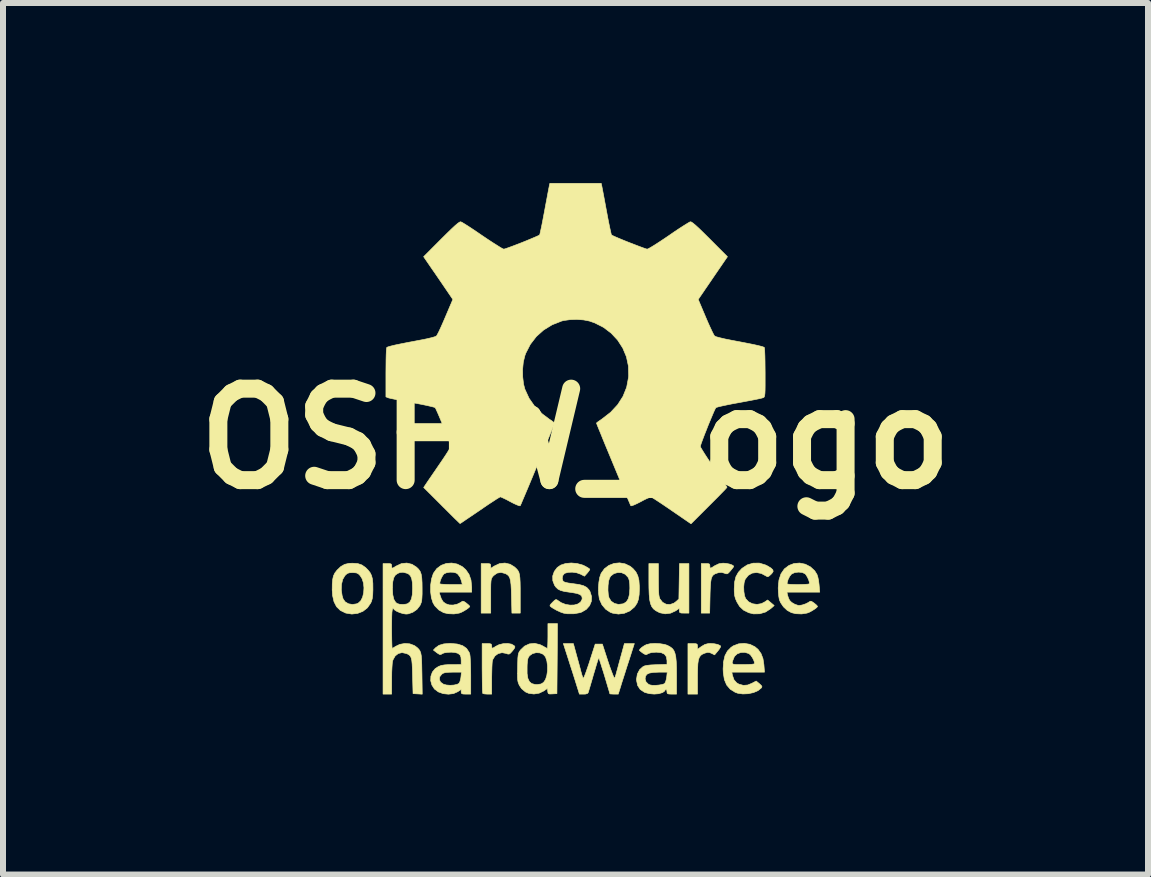
<source format=kicad_pcb>
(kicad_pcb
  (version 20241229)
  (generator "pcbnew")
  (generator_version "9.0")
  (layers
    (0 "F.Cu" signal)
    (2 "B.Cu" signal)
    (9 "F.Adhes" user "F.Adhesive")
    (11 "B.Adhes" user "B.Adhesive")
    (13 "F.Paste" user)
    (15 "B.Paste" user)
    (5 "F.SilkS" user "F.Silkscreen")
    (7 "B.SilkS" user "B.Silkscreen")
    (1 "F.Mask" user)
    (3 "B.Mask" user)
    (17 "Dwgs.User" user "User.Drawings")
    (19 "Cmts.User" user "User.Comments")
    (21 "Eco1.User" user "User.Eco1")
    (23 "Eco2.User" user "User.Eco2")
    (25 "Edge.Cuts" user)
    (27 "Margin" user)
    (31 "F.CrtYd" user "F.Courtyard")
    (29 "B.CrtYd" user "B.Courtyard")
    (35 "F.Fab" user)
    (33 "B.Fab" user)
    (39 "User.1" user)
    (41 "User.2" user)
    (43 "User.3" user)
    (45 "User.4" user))
  (footprint "OSHW_logo"
    (layer "F.Cu")
    (at 6.539 4.26)
    (property "Reference" "OSHW_logo" (at 0 0 0) (layer "F.SilkS") (effects (font (size 1.524 1.524) (thickness 0.3))))
    (attr through_hole)
    (fp_poly (pts (xy 2.314 3.416) (xy 2.371 3.428) (xy 2.41 3.447) (xy 2.418 3.456) (xy 2.413 3.475) (xy 2.393 3.508) (xy 2.372 3.535) (xy 2.317 3.601) (xy 2.267 3.576) (xy 2.23 3.561) (xy 2.197 3.56) (xy 2.152 3.573) (xy 2.113 3.59) (xy 2.084 3.611) (xy 2.062 3.643) (xy 2.047 3.687) (xy 2.038 3.75) (xy 2.034 3.835) (xy 2.032 3.946) (xy 2.032 3.981) (xy 2.032 4.255) (xy 1.873 4.255) (xy 1.873 3.413) (xy 1.953 3.413) (xy 2 3.414) (xy 2.023 3.421) (xy 2.031 3.437) (xy 2.032 3.46) (xy 2.032 3.508) (xy 2.1 3.46) (xy 2.156 3.427) (xy 2.211 3.413) (xy 2.247 3.411) (xy 2.314 3.416)) (stroke (width 0.01) (type solid)) (fill yes) (layer "F.SilkS"))
    (fp_poly (pts (xy 1.381 2.35) (xy 1.382 2.458) (xy 1.384 2.539) (xy 1.388 2.598) (xy 1.395 2.638) (xy 1.404 2.665) (xy 1.405 2.667) (xy 1.45 2.725) (xy 1.509 2.757) (xy 1.574 2.762) (xy 1.64 2.739) (xy 1.671 2.716) (xy 1.722 2.67) (xy 1.727 2.375) (xy 1.732 2.08) (xy 1.889 2.08) (xy 1.889 2.905) (xy 1.81 2.905) (xy 1.763 2.904) (xy 1.739 2.897) (xy 1.731 2.881) (xy 1.73 2.865) (xy 1.73 2.825) (xy 1.666 2.868) (xy 1.583 2.906) (xy 1.493 2.917) (xy 1.407 2.9) (xy 1.389 2.892) (xy 1.338 2.865) (xy 1.299 2.835) (xy 1.27 2.797) (xy 1.249 2.747) (xy 1.235 2.682) (xy 1.227 2.596) (xy 1.223 2.486) (xy 1.222 2.382) (xy 1.222 2.08) (xy 1.381 2.08) (xy 1.381 2.35)) (stroke (width 0.01) (type solid)) (fill yes) (layer "F.SilkS"))
    (fp_poly (pts (xy 2.51 2.077) (xy 2.562 2.087) (xy 2.606 2.102) (xy 2.632 2.119) (xy 2.635 2.127) (xy 2.626 2.144) (xy 2.601 2.176) (xy 2.582 2.199) (xy 2.55 2.235) (xy 2.528 2.25) (xy 2.504 2.249) (xy 2.478 2.239) (xy 2.434 2.227) (xy 2.388 2.23) (xy 2.364 2.237) (xy 2.326 2.25) (xy 2.297 2.268) (xy 2.276 2.294) (xy 2.261 2.333) (xy 2.252 2.389) (xy 2.246 2.467) (xy 2.242 2.569) (xy 2.241 2.622) (xy 2.235 2.905) (xy 2.095 2.905) (xy 2.095 2.08) (xy 2.167 2.08) (xy 2.211 2.081) (xy 2.232 2.089) (xy 2.238 2.109) (xy 2.238 2.119) (xy 2.24 2.146) (xy 2.248 2.156) (xy 2.269 2.148) (xy 2.309 2.123) (xy 2.319 2.116) (xy 2.391 2.082) (xy 2.458 2.073) (xy 2.51 2.077)) (stroke (width 0.01) (type solid)) (fill yes) (layer "F.SilkS"))
    (fp_poly (pts (xy -1.067 3.422) (xy -1.022 3.448) (xy -1.01 3.465) (xy -1.014 3.484) (xy -1.035 3.515) (xy -1.051 3.535) (xy -1.083 3.571) (xy -1.105 3.587) (xy -1.128 3.587) (xy -1.154 3.577) (xy -1.224 3.564) (xy -1.288 3.579) (xy -1.342 3.618) (xy -1.378 3.677) (xy -1.387 3.711) (xy -1.39 3.748) (xy -1.393 3.809) (xy -1.395 3.887) (xy -1.397 3.975) (xy -1.397 4.012) (xy -1.397 4.255) (xy -1.466 4.255) (xy -1.51 4.252) (xy -1.54 4.247) (xy -1.545 4.244) (xy -1.548 4.226) (xy -1.551 4.18) (xy -1.553 4.112) (xy -1.554 4.024) (xy -1.555 3.922) (xy -1.556 3.823) (xy -1.556 3.413) (xy -1.476 3.413) (xy -1.429 3.414) (xy -1.406 3.421) (xy -1.398 3.437) (xy -1.397 3.453) (xy -1.394 3.482) (xy -1.383 3.49) (xy -1.355 3.476) (xy -1.334 3.461) (xy -1.274 3.431) (xy -1.203 3.414) (xy -1.13 3.411) (xy -1.067 3.422)) (stroke (width 0.01) (type solid)) (fill yes) (layer "F.SilkS"))
    (fp_poly (pts (xy -1.09 2.091) (xy -1.016 2.137) (xy -0.986 2.165) (xy -0.962 2.192) (xy -0.945 2.223) (xy -0.934 2.264) (xy -0.927 2.318) (xy -0.923 2.391) (xy -0.921 2.487) (xy -0.921 2.587) (xy -0.921 2.905) (xy -1.06 2.905) (xy -1.067 2.631) (xy -1.07 2.517) (xy -1.075 2.43) (xy -1.083 2.366) (xy -1.095 2.32) (xy -1.112 2.288) (xy -1.136 2.265) (xy -1.167 2.247) (xy -1.171 2.246) (xy -1.241 2.227) (xy -1.308 2.239) (xy -1.366 2.281) (xy -1.372 2.288) (xy -1.387 2.306) (xy -1.397 2.324) (xy -1.405 2.347) (xy -1.409 2.38) (xy -1.412 2.428) (xy -1.413 2.497) (xy -1.413 2.591) (xy -1.413 2.621) (xy -1.413 2.905) (xy -1.572 2.905) (xy -1.572 2.08) (xy -1.492 2.08) (xy -1.445 2.081) (xy -1.422 2.087) (xy -1.414 2.103) (xy -1.413 2.12) (xy -1.413 2.159) (xy -1.353 2.121) (xy -1.265 2.08) (xy -1.176 2.071) (xy -1.09 2.091)) (stroke (width 0.01) (type solid)) (fill yes) (layer "F.SilkS"))
    (fp_poly (pts (xy 3.163 2.102) (xy 3.2 2.12) (xy 3.257 2.155) (xy 3.287 2.184) (xy 3.293 2.21) (xy 3.275 2.239) (xy 3.257 2.259) (xy 3.223 2.289) (xy 3.201 2.299) (xy 3.181 2.291) (xy 3.179 2.289) (xy 3.097 2.245) (xy 3.017 2.229) (xy 2.942 2.239) (xy 2.878 2.276) (xy 2.829 2.338) (xy 2.826 2.343) (xy 2.809 2.398) (xy 2.802 2.47) (xy 2.805 2.547) (xy 2.816 2.617) (xy 2.834 2.663) (xy 2.882 2.716) (xy 2.948 2.749) (xy 3.023 2.76) (xy 3.098 2.747) (xy 3.154 2.718) (xy 3.2 2.686) (xy 3.255 2.732) (xy 3.31 2.779) (xy 3.251 2.831) (xy 3.166 2.887) (xy 3.068 2.916) (xy 2.966 2.918) (xy 2.887 2.899) (xy 2.8 2.856) (xy 2.734 2.794) (xy 2.689 2.72) (xy 2.665 2.665) (xy 2.651 2.614) (xy 2.645 2.553) (xy 2.644 2.502) (xy 2.65 2.389) (xy 2.672 2.299) (xy 2.713 2.225) (xy 2.773 2.16) (xy 2.861 2.102) (xy 2.959 2.073) (xy 3.062 2.072) (xy 3.163 2.102)) (stroke (width 0.01) (type solid)) (fill yes) (layer "F.SilkS"))
    (fp_poly (pts (xy 0.825 2.084) (xy 0.911 2.125) (xy 0.959 2.165) (xy 1.006 2.22) (xy 1.037 2.282) (xy 1.056 2.356) (xy 1.063 2.452) (xy 1.064 2.494) (xy 1.06 2.596) (xy 1.048 2.675) (xy 1.026 2.737) (xy 0.991 2.791) (xy 0.98 2.805) (xy 0.904 2.869) (xy 0.813 2.908) (xy 0.715 2.921) (xy 0.618 2.906) (xy 0.578 2.891) (xy 0.502 2.84) (xy 0.44 2.766) (xy 0.4 2.678) (xy 0.395 2.658) (xy 0.384 2.576) (xy 0.383 2.523) (xy 0.54 2.523) (xy 0.546 2.598) (xy 0.558 2.65) (xy 0.593 2.706) (xy 0.648 2.744) (xy 0.715 2.76) (xy 0.787 2.751) (xy 0.801 2.747) (xy 0.848 2.716) (xy 0.881 2.664) (xy 0.899 2.588) (xy 0.905 2.492) (xy 0.903 2.417) (xy 0.896 2.364) (xy 0.884 2.325) (xy 0.874 2.307) (xy 0.828 2.258) (xy 0.768 2.232) (xy 0.703 2.229) (xy 0.64 2.247) (xy 0.589 2.286) (xy 0.568 2.318) (xy 0.551 2.371) (xy 0.542 2.444) (xy 0.54 2.523) (xy 0.383 2.523) (xy 0.382 2.483) (xy 0.389 2.39) (xy 0.404 2.307) (xy 0.426 2.244) (xy 0.426 2.243) (xy 0.482 2.165) (xy 0.556 2.11) (xy 0.642 2.077) (xy 0.734 2.068) (xy 0.825 2.084)) (stroke (width 0.01) (type solid)) (fill yes) (layer "F.SilkS"))
    (fp_poly (pts (xy -3.628 2.08) (xy -3.56 2.103) (xy -3.498 2.146) (xy -3.456 2.189) (xy -3.422 2.232) (xy -3.399 2.279) (xy -3.384 2.336) (xy -3.377 2.409) (xy -3.376 2.507) (xy -3.376 2.519) (xy -3.379 2.6) (xy -3.386 2.659) (xy -3.399 2.707) (xy -3.413 2.738) (xy -3.467 2.816) (xy -3.542 2.875) (xy -3.631 2.91) (xy -3.727 2.921) (xy -3.825 2.905) (xy -3.834 2.902) (xy -3.919 2.86) (xy -3.982 2.798) (xy -4.024 2.716) (xy -4.048 2.611) (xy -4.054 2.519) (xy -4.054 2.518) (xy -3.903 2.518) (xy -3.889 2.613) (xy -3.871 2.672) (xy -3.836 2.719) (xy -3.782 2.75) (xy -3.717 2.761) (xy -3.649 2.751) (xy -3.621 2.739) (xy -3.579 2.701) (xy -3.548 2.641) (xy -3.53 2.566) (xy -3.525 2.484) (xy -3.533 2.404) (xy -3.556 2.332) (xy -3.588 2.281) (xy -3.619 2.25) (xy -3.651 2.235) (xy -3.697 2.231) (xy -3.715 2.23) (xy -3.767 2.233) (xy -3.802 2.244) (xy -3.832 2.27) (xy -3.842 2.281) (xy -3.879 2.343) (xy -3.899 2.425) (xy -3.903 2.518) (xy -4.054 2.518) (xy -4.053 2.419) (xy -4.046 2.343) (xy -4.033 2.285) (xy -4.01 2.237) (xy -3.977 2.194) (xy -3.973 2.189) (xy -3.91 2.129) (xy -3.847 2.093) (xy -3.774 2.076) (xy -3.715 2.074) (xy -3.628 2.08)) (stroke (width 0.01) (type solid)) (fill yes) (layer "F.SilkS"))
    (fp_poly (pts (xy 2.905 3.425) (xy 2.989 3.466) (xy 3.042 3.511) (xy 3.091 3.58) (xy 3.123 3.664) (xy 3.139 3.769) (xy 3.139 3.772) (xy 3.148 3.889) (xy 2.604 3.889) (xy 2.614 3.941) (xy 2.64 4.016) (xy 2.686 4.068) (xy 2.723 4.089) (xy 2.797 4.109) (xy 2.869 4.103) (xy 2.939 4.074) (xy 3.01 4.037) (xy 3.063 4.081) (xy 3.095 4.111) (xy 3.106 4.13) (xy 3.098 4.149) (xy 3.094 4.153) (xy 3.04 4.197) (xy 2.965 4.229) (xy 2.877 4.248) (xy 2.787 4.252) (xy 2.703 4.24) (xy 2.659 4.224) (xy 2.578 4.173) (xy 2.518 4.103) (xy 2.48 4.013) (xy 2.462 3.9) (xy 2.459 3.834) (xy 2.466 3.728) (xy 2.61 3.728) (xy 2.614 3.748) (xy 2.635 3.758) (xy 2.677 3.762) (xy 2.745 3.762) (xy 2.793 3.762) (xy 2.874 3.761) (xy 2.936 3.758) (xy 2.974 3.752) (xy 2.985 3.747) (xy 2.974 3.702) (xy 2.949 3.65) (xy 2.917 3.604) (xy 2.888 3.579) (xy 2.822 3.559) (xy 2.755 3.561) (xy 2.695 3.583) (xy 2.651 3.623) (xy 2.639 3.647) (xy 2.62 3.695) (xy 2.61 3.728) (xy 2.466 3.728) (xy 2.467 3.712) (xy 2.49 3.614) (xy 2.531 3.537) (xy 2.59 3.477) (xy 2.63 3.45) (xy 2.717 3.417) (xy 2.811 3.409) (xy 2.905 3.425)) (stroke (width 0.01) (type solid)) (fill yes) (layer "F.SilkS"))
    (fp_poly (pts (xy -1.974 2.087) (xy -1.889 2.129) (xy -1.83 2.18) (xy -1.775 2.259) (xy -1.742 2.354) (xy -1.73 2.471) (xy -1.73 2.485) (xy -1.73 2.556) (xy -2.272 2.556) (xy -2.262 2.592) (xy -2.236 2.667) (xy -2.205 2.717) (xy -2.162 2.749) (xy -2.102 2.769) (xy -2.099 2.769) (xy -2.039 2.771) (xy -1.971 2.756) (xy -1.914 2.728) (xy -1.902 2.719) (xy -1.882 2.707) (xy -1.861 2.71) (xy -1.829 2.731) (xy -1.819 2.739) (xy -1.785 2.767) (xy -1.764 2.789) (xy -1.762 2.794) (xy -1.775 2.812) (xy -1.808 2.837) (xy -1.852 2.865) (xy -1.899 2.89) (xy -1.938 2.905) (xy -2.026 2.919) (xy -2.121 2.915) (xy -2.197 2.898) (xy -2.277 2.853) (xy -2.344 2.785) (xy -2.375 2.733) (xy -2.402 2.648) (xy -2.415 2.546) (xy -2.414 2.438) (xy -2.409 2.403) (xy -2.262 2.403) (xy -2.26 2.417) (xy -2.242 2.422) (xy -2.199 2.425) (xy -2.137 2.428) (xy -2.069 2.429) (xy -1.887 2.429) (xy -1.898 2.378) (xy -1.922 2.31) (xy -1.959 2.258) (xy -1.986 2.238) (xy -2.032 2.225) (xy -2.091 2.223) (xy -2.148 2.232) (xy -2.189 2.25) (xy -2.19 2.25) (xy -2.213 2.279) (xy -2.236 2.321) (xy -2.254 2.367) (xy -2.262 2.403) (xy -2.409 2.403) (xy -2.399 2.335) (xy -2.37 2.247) (xy -2.366 2.239) (xy -2.311 2.163) (xy -2.238 2.109) (xy -2.154 2.078) (xy -2.064 2.071) (xy -1.974 2.087)) (stroke (width 0.01) (type solid)) (fill yes) (layer "F.SilkS"))
    (fp_poly (pts (xy -0.305 3.663) (xy -0.31 4.247) (xy -0.384 4.251) (xy -0.429 4.253) (xy -0.452 4.247) (xy -0.46 4.229) (xy -0.463 4.207) (xy -0.468 4.159) (xy -0.529 4.202) (xy -0.606 4.239) (xy -0.693 4.253) (xy -0.779 4.242) (xy -0.833 4.219) (xy -0.898 4.165) (xy -0.934 4.112) (xy -0.948 4.081) (xy -0.958 4.052) (xy -0.964 4.018) (xy -0.967 3.971) (xy -0.967 3.906) (xy -0.965 3.817) (xy -0.965 3.809) (xy -0.965 3.804) (xy -0.807 3.804) (xy -0.807 3.911) (xy -0.795 3.99) (xy -0.77 4.045) (xy -0.731 4.079) (xy -0.675 4.094) (xy -0.64 4.096) (xy -0.575 4.086) (xy -0.533 4.06) (xy -0.501 4.014) (xy -0.479 3.947) (xy -0.467 3.866) (xy -0.467 3.781) (xy -0.478 3.7) (xy -0.501 3.633) (xy -0.539 3.591) (xy -0.594 3.568) (xy -0.656 3.564) (xy -0.717 3.58) (xy -0.765 3.614) (xy -0.782 3.637) (xy -0.794 3.664) (xy -0.801 3.704) (xy -0.806 3.764) (xy -0.807 3.804) (xy -0.965 3.804) (xy -0.963 3.718) (xy -0.961 3.653) (xy -0.956 3.608) (xy -0.95 3.577) (xy -0.939 3.552) (xy -0.924 3.53) (xy -0.916 3.519) (xy -0.849 3.455) (xy -0.769 3.418) (xy -0.682 3.409) (xy -0.593 3.43) (xy -0.549 3.451) (xy -0.507 3.475) (xy -0.478 3.49) (xy -0.469 3.493) (xy -0.466 3.478) (xy -0.463 3.437) (xy -0.461 3.376) (xy -0.46 3.301) (xy -0.46 3.286) (xy -0.46 3.08) (xy -0.301 3.08) (xy -0.305 3.663)) (stroke (width 0.01) (type solid)) (fill yes) (layer "F.SilkS"))
    (fp_poly (pts (xy 0.027 2.079) (xy 0.121 2.105) (xy 0.149 2.118) (xy 0.195 2.143) (xy 0.228 2.164) (xy 0.238 2.176) (xy 0.228 2.196) (xy 0.204 2.228) (xy 0.194 2.24) (xy 0.149 2.29) (xy 0.083 2.256) (xy 0.019 2.233) (xy -0.054 2.223) (xy -0.123 2.226) (xy -0.177 2.241) (xy -0.187 2.247) (xy -0.214 2.282) (xy -0.222 2.327) (xy -0.21 2.368) (xy -0.198 2.381) (xy -0.172 2.392) (xy -0.124 2.403) (xy -0.061 2.412) (xy -0.038 2.415) (xy 0.061 2.429) (xy 0.134 2.449) (xy 0.187 2.477) (xy 0.224 2.517) (xy 0.241 2.545) (xy 0.267 2.628) (xy 0.264 2.708) (xy 0.234 2.781) (xy 0.179 2.843) (xy 0.102 2.888) (xy 0.073 2.898) (xy -0.029 2.916) (xy -0.136 2.916) (xy -0.198 2.906) (xy -0.253 2.887) (xy -0.319 2.856) (xy -0.38 2.821) (xy -0.405 2.804) (xy -0.423 2.789) (xy -0.425 2.774) (xy -0.409 2.752) (xy -0.382 2.724) (xy -0.348 2.691) (xy -0.326 2.679) (xy -0.308 2.685) (xy -0.303 2.689) (xy -0.238 2.732) (xy -0.166 2.76) (xy -0.092 2.772) (xy -0.022 2.77) (xy 0.038 2.753) (xy 0.084 2.722) (xy 0.108 2.678) (xy 0.111 2.655) (xy 0.103 2.622) (xy 0.076 2.597) (xy 0.026 2.578) (xy -0.05 2.564) (xy -0.093 2.558) (xy -0.183 2.545) (xy -0.248 2.528) (xy -0.294 2.504) (xy -0.33 2.469) (xy -0.35 2.44) (xy -0.379 2.364) (xy -0.38 2.286) (xy -0.354 2.211) (xy -0.305 2.146) (xy -0.246 2.105) (xy -0.167 2.079) (xy -0.072 2.07) (xy 0.027 2.079)) (stroke (width 0.01) (type solid)) (fill yes) (layer "F.SilkS"))
    (fp_poly (pts (xy 3.828 2.09) (xy 3.913 2.134) (xy 3.984 2.199) (xy 4.023 2.261) (xy 4.037 2.304) (xy 4.05 2.366) (xy 4.058 2.433) (xy 4.058 2.435) (xy 4.069 2.556) (xy 3.522 2.556) (xy 3.533 2.607) (xy 3.548 2.655) (xy 3.567 2.693) (xy 3.602 2.728) (xy 3.654 2.758) (xy 3.707 2.776) (xy 3.727 2.778) (xy 3.776 2.77) (xy 3.833 2.751) (xy 3.881 2.727) (xy 3.892 2.719) (xy 3.912 2.707) (xy 3.933 2.71) (xy 3.966 2.732) (xy 3.976 2.739) (xy 4.01 2.767) (xy 4.03 2.789) (xy 4.032 2.794) (xy 4.019 2.812) (xy 3.986 2.837) (xy 3.942 2.865) (xy 3.896 2.89) (xy 3.856 2.905) (xy 3.767 2.919) (xy 3.67 2.915) (xy 3.596 2.897) (xy 3.527 2.859) (xy 3.464 2.8) (xy 3.416 2.729) (xy 3.396 2.681) (xy 3.387 2.631) (xy 3.38 2.562) (xy 3.377 2.49) (xy 3.377 2.482) (xy 3.383 2.417) (xy 3.524 2.417) (xy 3.539 2.422) (xy 3.578 2.426) (xy 3.633 2.428) (xy 3.697 2.429) (xy 3.763 2.428) (xy 3.822 2.426) (xy 3.868 2.423) (xy 3.893 2.418) (xy 3.895 2.417) (xy 3.896 2.391) (xy 3.884 2.35) (xy 3.863 2.305) (xy 3.839 2.266) (xy 3.825 2.25) (xy 3.777 2.228) (xy 3.715 2.222) (xy 3.651 2.23) (xy 3.6 2.254) (xy 3.598 2.255) (xy 3.568 2.292) (xy 3.541 2.346) (xy 3.526 2.4) (xy 3.524 2.417) (xy 3.383 2.417) (xy 3.389 2.355) (xy 3.423 2.251) (xy 3.479 2.169) (xy 3.556 2.111) (xy 3.639 2.079) (xy 3.734 2.071) (xy 3.828 2.09)) (stroke (width 0.01) (type solid)) (fill yes) (layer "F.SilkS"))
    (fp_poly (pts (xy -2.088 3.41) (xy -1.972 3.42) (xy -1.882 3.447) (xy -1.816 3.493) (xy -1.773 3.558) (xy -1.762 3.589) (xy -1.757 3.622) (xy -1.753 3.68) (xy -1.749 3.758) (xy -1.747 3.85) (xy -1.746 3.949) (xy -1.746 4.255) (xy -1.826 4.255) (xy -1.873 4.253) (xy -1.896 4.247) (xy -1.904 4.231) (xy -1.905 4.215) (xy -1.905 4.176) (xy -1.963 4.215) (xy -2.033 4.246) (xy -2.117 4.256) (xy -2.205 4.247) (xy -2.286 4.218) (xy -2.286 4.218) (xy -2.351 4.169) (xy -2.393 4.104) (xy -2.413 4.031) (xy -2.412 4.012) (xy -2.269 4.012) (xy -2.248 4.056) (xy -2.2 4.09) (xy -2.151 4.103) (xy -2.089 4.108) (xy -2.026 4.104) (xy -1.972 4.092) (xy -1.942 4.076) (xy -1.926 4.046) (xy -1.913 3.998) (xy -1.909 3.97) (xy -1.901 3.889) (xy -2.044 3.889) (xy -2.116 3.891) (xy -2.165 3.895) (xy -2.198 3.904) (xy -2.224 3.919) (xy -2.228 3.922) (xy -2.263 3.966) (xy -2.269 4.012) (xy -2.412 4.012) (xy -2.41 3.957) (xy -2.385 3.887) (xy -2.337 3.829) (xy -2.282 3.794) (xy -2.236 3.777) (xy -2.182 3.768) (xy -2.109 3.763) (xy -2.06 3.763) (xy -1.905 3.762) (xy -1.905 3.695) (xy -1.909 3.64) (xy -1.922 3.606) (xy -1.95 3.582) (xy -1.963 3.574) (xy -2.008 3.561) (xy -2.069 3.556) (xy -2.134 3.559) (xy -2.19 3.568) (xy -2.22 3.581) (xy -2.244 3.595) (xy -2.265 3.594) (xy -2.295 3.576) (xy -2.312 3.564) (xy -2.368 3.521) (xy -2.332 3.483) (xy -2.275 3.442) (xy -2.195 3.418) (xy -2.09 3.41) (xy -2.088 3.41)) (stroke (width 0.01) (type solid)) (fill yes) (layer "F.SilkS"))
    (fp_poly (pts (xy 0.015 3.6) (xy 0.038 3.683) (xy 0.061 3.767) (xy 0.08 3.838) (xy 0.091 3.881) (xy 0.106 3.934) (xy 0.12 3.974) (xy 0.129 3.991) (xy 0.137 3.981) (xy 0.153 3.945) (xy 0.175 3.887) (xy 0.201 3.812) (xy 0.231 3.724) (xy 0.234 3.713) (xy 0.328 3.421) (xy 0.447 3.421) (xy 0.542 3.713) (xy 0.572 3.802) (xy 0.6 3.878) (xy 0.623 3.938) (xy 0.64 3.977) (xy 0.649 3.991) (xy 0.65 3.99) (xy 0.66 3.969) (xy 0.674 3.926) (xy 0.686 3.881) (xy 0.701 3.827) (xy 0.721 3.752) (xy 0.744 3.668) (xy 0.763 3.6) (xy 0.814 3.413) (xy 0.98 3.413) (xy 0.887 3.703) (xy 0.854 3.804) (xy 0.822 3.906) (xy 0.792 3.999) (xy 0.767 4.077) (xy 0.753 4.124) (xy 0.712 4.255) (xy 0.642 4.255) (xy 0.6 4.253) (xy 0.575 4.251) (xy 0.572 4.249) (xy 0.567 4.231) (xy 0.555 4.189) (xy 0.537 4.129) (xy 0.515 4.055) (xy 0.491 3.974) (xy 0.466 3.892) (xy 0.441 3.814) (xy 0.42 3.746) (xy 0.403 3.693) (xy 0.393 3.662) (xy 0.391 3.655) (xy 0.387 3.655) (xy 0.382 3.663) (xy 0.374 3.683) (xy 0.363 3.718) (xy 0.346 3.772) (xy 0.324 3.848) (xy 0.293 3.95) (xy 0.286 3.977) (xy 0.262 4.058) (xy 0.241 4.13) (xy 0.224 4.186) (xy 0.214 4.221) (xy 0.212 4.227) (xy 0.198 4.245) (xy 0.164 4.254) (xy 0.135 4.255) (xy 0.065 4.255) (xy 0.009 4.076) (xy -0.017 3.993) (xy -0.049 3.892) (xy -0.084 3.784) (xy -0.117 3.68) (xy -0.125 3.655) (xy -0.203 3.413) (xy -0.036 3.413) (xy 0.015 3.6)) (stroke (width 0.01) (type solid)) (fill yes) (layer "F.SilkS"))
    (fp_poly (pts (xy 1.408 3.415) (xy 1.484 3.427) (xy 1.527 3.441) (xy 1.573 3.465) (xy 1.61 3.492) (xy 1.637 3.526) (xy 1.656 3.571) (xy 1.67 3.632) (xy 1.678 3.712) (xy 1.682 3.816) (xy 1.683 3.947) (xy 1.683 3.957) (xy 1.683 4.255) (xy 1.603 4.255) (xy 1.556 4.253) (xy 1.533 4.247) (xy 1.525 4.231) (xy 1.524 4.215) (xy 1.519 4.185) (xy 1.508 4.175) (xy 1.493 4.187) (xy 1.492 4.191) (xy 1.48 4.208) (xy 1.449 4.229) (xy 1.445 4.23) (xy 1.386 4.248) (xy 1.31 4.254) (xy 1.23 4.247) (xy 1.158 4.228) (xy 1.147 4.223) (xy 1.078 4.177) (xy 1.035 4.112) (xy 1.017 4.028) (xy 1.016 4.008) (xy 1.017 4.002) (xy 1.159 4.002) (xy 1.174 4.05) (xy 1.213 4.089) (xy 1.238 4.101) (xy 1.276 4.108) (xy 1.329 4.109) (xy 1.388 4.104) (xy 1.442 4.095) (xy 1.478 4.083) (xy 1.485 4.078) (xy 1.501 4.049) (xy 1.514 4.002) (xy 1.519 3.972) (xy 1.528 3.889) (xy 1.39 3.889) (xy 1.297 3.893) (xy 1.231 3.904) (xy 1.188 3.925) (xy 1.166 3.958) (xy 1.159 4.002) (xy 1.017 4.002) (xy 1.03 3.92) (xy 1.069 3.846) (xy 1.122 3.799) (xy 1.15 3.785) (xy 1.191 3.776) (xy 1.25 3.769) (xy 1.334 3.765) (xy 1.345 3.765) (xy 1.524 3.759) (xy 1.524 3.696) (xy 1.514 3.633) (xy 1.482 3.589) (xy 1.427 3.564) (xy 1.346 3.556) (xy 1.266 3.562) (xy 1.214 3.578) (xy 1.209 3.581) (xy 1.184 3.596) (xy 1.162 3.595) (xy 1.13 3.577) (xy 1.118 3.569) (xy 1.085 3.544) (xy 1.065 3.526) (xy 1.064 3.523) (xy 1.076 3.503) (xy 1.106 3.475) (xy 1.146 3.448) (xy 1.183 3.429) (xy 1.244 3.415) (xy 1.324 3.41) (xy 1.408 3.415)) (stroke (width 0.01) (type solid)) (fill yes) (layer "F.SilkS"))
    (fp_poly (pts (xy -2.724 2.092) (xy -2.65 2.139) (xy -2.615 2.173) (xy -2.589 2.21) (xy -2.572 2.256) (xy -2.562 2.318) (xy -2.557 2.4) (xy -2.556 2.497) (xy -2.556 2.586) (xy -2.559 2.65) (xy -2.563 2.696) (xy -2.571 2.73) (xy -2.584 2.761) (xy -2.592 2.779) (xy -2.642 2.843) (xy -2.711 2.891) (xy -2.788 2.918) (xy -2.824 2.921) (xy -2.872 2.914) (xy -2.928 2.897) (xy -2.979 2.875) (xy -3.015 2.852) (xy -3.023 2.843) (xy -3.036 2.828) (xy -3.046 2.829) (xy -3.053 2.85) (xy -3.059 2.893) (xy -3.062 2.961) (xy -3.063 3.056) (xy -3.064 3.159) (xy -3.063 3.258) (xy -3.062 3.345) (xy -3.06 3.416) (xy -3.058 3.466) (xy -3.055 3.491) (xy -3.054 3.493) (xy -3.036 3.484) (xy -3.005 3.464) (xy -3.001 3.461) (xy -2.928 3.426) (xy -2.845 3.411) (xy -2.762 3.417) (xy -2.689 3.444) (xy -2.671 3.455) (xy -2.637 3.481) (xy -2.612 3.506) (xy -2.593 3.533) (xy -2.579 3.569) (xy -2.57 3.616) (xy -2.565 3.68) (xy -2.562 3.765) (xy -2.56 3.876) (xy -2.559 3.915) (xy -2.554 4.256) (xy -2.63 4.251) (xy -2.707 4.247) (xy -2.715 3.951) (xy -2.718 3.84) (xy -2.722 3.756) (xy -2.728 3.695) (xy -2.738 3.652) (xy -2.752 3.623) (xy -2.771 3.603) (xy -2.798 3.587) (xy -2.821 3.578) (xy -2.89 3.563) (xy -2.953 3.578) (xy -3.005 3.619) (xy -3.041 3.683) (xy -3.049 3.709) (xy -3.054 3.747) (xy -3.058 3.809) (xy -3.062 3.887) (xy -3.063 3.975) (xy -3.063 4.012) (xy -3.064 4.255) (xy -3.207 4.255) (xy -3.207 2.498) (xy -3.05 2.498) (xy -3.045 2.599) (xy -3.028 2.674) (xy -2.998 2.724) (xy -2.973 2.745) (xy -2.93 2.758) (xy -2.874 2.761) (xy -2.82 2.755) (xy -2.793 2.746) (xy -2.757 2.715) (xy -2.733 2.666) (xy -2.719 2.595) (xy -2.715 2.496) (xy -2.715 2.492) (xy -2.718 2.398) (xy -2.73 2.329) (xy -2.751 2.283) (xy -2.784 2.252) (xy -2.812 2.24) (xy -2.874 2.224) (xy -2.926 2.229) (xy -2.967 2.246) (xy -3.005 2.275) (xy -3.03 2.319) (xy -3.045 2.384) (xy -3.05 2.473) (xy -3.05 2.498) (xy -3.207 2.498) (xy -3.207 2.08) (xy -3.135 2.08) (xy -3.091 2.081) (xy -3.07 2.089) (xy -3.064 2.109) (xy -3.064 2.119) (xy -3.062 2.147) (xy -3.054 2.156) (xy -3.031 2.148) (xy -2.989 2.121) (xy -2.988 2.121) (xy -2.9 2.08) (xy -2.811 2.071) (xy -2.724 2.092)) (stroke (width 0.01) (type solid)) (fill yes) (layer "F.SilkS"))
    (fp_poly (pts (xy 0.436 -4.219) (xy 0.441 -4.194) (xy 0.451 -4.142) (xy 0.465 -4.069) (xy 0.482 -3.978) (xy 0.501 -3.875) (xy 0.516 -3.795) (xy 0.536 -3.688) (xy 0.555 -3.591) (xy 0.572 -3.509) (xy 0.586 -3.446) (xy 0.595 -3.407) (xy 0.599 -3.395) (xy 0.62 -3.384) (xy 0.664 -3.364) (xy 0.727 -3.337) (xy 0.802 -3.306) (xy 0.884 -3.273) (xy 0.967 -3.241) (xy 1.045 -3.211) (xy 1.112 -3.186) (xy 1.163 -3.168) (xy 1.192 -3.159) (xy 1.195 -3.159) (xy 1.216 -3.168) (xy 1.259 -3.192) (xy 1.321 -3.23) (xy 1.397 -3.279) (xy 1.483 -3.336) (xy 1.554 -3.384) (xy 1.645 -3.447) (xy 1.729 -3.503) (xy 1.802 -3.55) (xy 1.86 -3.586) (xy 1.899 -3.609) (xy 1.913 -3.615) (xy 1.93 -3.611) (xy 1.958 -3.592) (xy 1.999 -3.558) (xy 2.056 -3.506) (xy 2.13 -3.434) (xy 2.224 -3.341) (xy 2.238 -3.327) (xy 2.531 -3.033) (xy 2.381 -2.814) (xy 2.322 -2.728) (xy 2.26 -2.637) (xy 2.202 -2.552) (xy 2.153 -2.481) (xy 2.138 -2.458) (xy 2.044 -2.321) (xy 2.167 -2.03) (xy 2.206 -1.939) (xy 2.243 -1.857) (xy 2.275 -1.789) (xy 2.3 -1.739) (xy 2.315 -1.714) (xy 2.316 -1.713) (xy 2.342 -1.7) (xy 2.4 -1.684) (xy 2.489 -1.663) (xy 2.609 -1.639) (xy 2.737 -1.615) (xy 2.861 -1.591) (xy 2.966 -1.57) (xy 3.05 -1.551) (xy 3.109 -1.536) (xy 3.141 -1.524) (xy 3.145 -1.521) (xy 3.149 -1.5) (xy 3.152 -1.452) (xy 3.155 -1.381) (xy 3.157 -1.292) (xy 3.158 -1.189) (xy 3.159 -1.099) (xy 3.159 -0.976) (xy 3.159 -0.881) (xy 3.158 -0.81) (xy 3.156 -0.76) (xy 3.152 -0.726) (xy 3.147 -0.705) (xy 3.141 -0.693) (xy 3.131 -0.686) (xy 3.123 -0.683) (xy 3.098 -0.676) (xy 3.046 -0.664) (xy 2.973 -0.649) (xy 2.883 -0.632) (xy 2.782 -0.613) (xy 2.723 -0.602) (xy 2.618 -0.583) (xy 2.524 -0.564) (xy 2.444 -0.547) (xy 2.384 -0.533) (xy 2.347 -0.522) (xy 2.339 -0.518) (xy 2.327 -0.498) (xy 2.306 -0.453) (xy 2.279 -0.39) (xy 2.247 -0.313) (xy 2.212 -0.229) (xy 2.178 -0.142) (xy 2.145 -0.059) (xy 2.117 0.015) (xy 2.095 0.075) (xy 2.082 0.116) (xy 2.08 0.129) (xy 2.088 0.149) (xy 2.113 0.191) (xy 2.151 0.252) (xy 2.199 0.326) (xy 2.256 0.411) (xy 2.302 0.478) (xy 2.363 0.567) (xy 2.418 0.647) (xy 2.464 0.716) (xy 2.498 0.767) (xy 2.519 0.8) (xy 2.524 0.809) (xy 2.513 0.822) (xy 2.483 0.855) (xy 2.436 0.903) (xy 2.375 0.966) (xy 2.303 1.038) (xy 2.224 1.117) (xy 1.924 1.417) (xy 1.618 1.207) (xy 1.529 1.146) (xy 1.448 1.091) (xy 1.377 1.044) (xy 1.322 1.008) (xy 1.286 0.986) (xy 1.277 0.981) (xy 1.256 0.976) (xy 1.23 0.98) (xy 1.191 0.995) (xy 1.134 1.023) (xy 1.088 1.048) (xy 1.025 1.08) (xy 0.972 1.104) (xy 0.935 1.117) (xy 0.922 1.117) (xy 0.914 1.101) (xy 0.896 1.058) (xy 0.868 0.994) (xy 0.833 0.911) (xy 0.791 0.812) (xy 0.745 0.703) (xy 0.696 0.585) (xy 0.645 0.462) (xy 0.594 0.339) (xy 0.544 0.218) (xy 0.496 0.103) (xy 0.453 -0.002) (xy 0.416 -0.094) (xy 0.385 -0.169) (xy 0.363 -0.224) (xy 0.351 -0.255) (xy 0.349 -0.261) (xy 0.361 -0.273) (xy 0.393 -0.296) (xy 0.437 -0.326) (xy 0.584 -0.44) (xy 0.702 -0.567) (xy 0.791 -0.706) (xy 0.852 -0.858) (xy 0.883 -1.023) (xy 0.885 -1.049) (xy 0.881 -1.211) (xy 0.848 -1.366) (xy 0.787 -1.511) (xy 0.702 -1.643) (xy 0.594 -1.759) (xy 0.466 -1.856) (xy 0.32 -1.93) (xy 0.231 -1.961) (xy 0.135 -1.98) (xy 0.022 -1.988) (xy -0.093 -1.984) (xy -0.197 -1.97) (xy -0.231 -1.961) (xy -0.389 -1.899) (xy -0.531 -1.812) (xy -0.653 -1.703) (xy -0.753 -1.573) (xy -0.829 -1.425) (xy -0.844 -1.384) (xy -0.87 -1.278) (xy -0.882 -1.156) (xy -0.88 -1.029) (xy -0.866 -0.91) (xy -0.844 -0.826) (xy -0.774 -0.674) (xy -0.678 -0.537) (xy -0.554 -0.414) (xy -0.437 -0.326) (xy -0.392 -0.296) (xy -0.361 -0.272) (xy -0.349 -0.261) (xy -0.355 -0.244) (xy -0.372 -0.202) (xy -0.398 -0.137) (xy -0.432 -0.054) (xy -0.472 0.045) (xy -0.518 0.155) (xy -0.566 0.273) (xy -0.617 0.395) (xy -0.669 0.518) (xy -0.719 0.639) (xy -0.767 0.754) (xy -0.811 0.859) (xy -0.85 0.951) (xy -0.882 1.026) (xy -0.905 1.081) (xy -0.919 1.111) (xy -0.922 1.117) (xy -0.94 1.116) (xy -0.979 1.101) (xy -1.034 1.076) (xy -1.084 1.05) (xy -1.147 1.016) (xy -1.201 0.99) (xy -1.239 0.973) (xy -1.252 0.968) (xy -1.27 0.977) (xy -1.31 1.001) (xy -1.368 1.039) (xy -1.442 1.087) (xy -1.526 1.144) (xy -1.594 1.191) (xy -1.684 1.252) (xy -1.764 1.306) (xy -1.832 1.352) (xy -1.883 1.387) (xy -1.915 1.408) (xy -1.924 1.413) (xy -1.936 1.402) (xy -1.967 1.372) (xy -2.016 1.325) (xy -2.077 1.264) (xy -2.149 1.192) (xy -2.229 1.113) (xy -2.229 1.112) (xy -2.53 0.812) (xy -2.486 0.746) (xy -2.464 0.713) (xy -2.427 0.659) (xy -2.379 0.589) (xy -2.324 0.509) (xy -2.266 0.424) (xy -2.261 0.417) (xy -2.206 0.336) (xy -2.157 0.262) (xy -2.118 0.2) (xy -2.092 0.154) (xy -2.08 0.13) (xy -2.08 0.128) (xy -2.085 0.104) (xy -2.101 0.057) (xy -2.125 -0.008) (xy -2.155 -0.085) (xy -2.189 -0.17) (xy -2.223 -0.256) (xy -2.257 -0.338) (xy -2.288 -0.411) (xy -2.314 -0.469) (xy -2.332 -0.507) (xy -2.339 -0.518) (xy -2.359 -0.526) (xy -2.406 -0.538) (xy -2.475 -0.554) (xy -2.562 -0.572) (xy -2.661 -0.591) (xy -2.723 -0.602) (xy -2.828 -0.622) (xy -2.925 -0.64) (xy -3.008 -0.657) (xy -3.072 -0.67) (xy -3.113 -0.68) (xy -3.123 -0.683) (xy -3.159 -0.698) (xy -3.159 -1.099) (xy -3.158 -1.21) (xy -3.157 -1.31) (xy -3.155 -1.396) (xy -3.152 -1.463) (xy -3.148 -1.506) (xy -3.145 -1.521) (xy -3.126 -1.53) (xy -3.078 -1.544) (xy -3.004 -1.562) (xy -2.907 -1.582) (xy -2.791 -1.605) (xy -2.737 -1.615) (xy -2.59 -1.643) (xy -2.474 -1.666) (xy -2.39 -1.686) (xy -2.337 -1.702) (xy -2.316 -1.713) (xy -2.303 -1.735) (xy -2.279 -1.781) (xy -2.248 -1.847) (xy -2.212 -1.928) (xy -2.173 -2.018) (xy -2.168 -2.03) (xy -2.044 -2.321) (xy -2.137 -2.458) (xy -2.18 -2.521) (xy -2.235 -2.602) (xy -2.296 -2.691) (xy -2.357 -2.78) (xy -2.381 -2.814) (xy -2.531 -3.033) (xy -2.238 -3.327) (xy -2.141 -3.423) (xy -2.065 -3.497) (xy -2.006 -3.552) (xy -1.962 -3.589) (xy -1.933 -3.609) (xy -1.915 -3.615) (xy -1.913 -3.615) (xy -1.891 -3.605) (xy -1.848 -3.579) (xy -1.786 -3.54) (xy -1.71 -3.49) (xy -1.624 -3.432) (xy -1.554 -3.384) (xy -1.462 -3.322) (xy -1.378 -3.267) (xy -1.305 -3.221) (xy -1.248 -3.185) (xy -1.209 -3.164) (xy -1.195 -3.159) (xy -1.172 -3.165) (xy -1.126 -3.181) (xy -1.062 -3.204) (xy -0.986 -3.233) (xy -0.903 -3.265) (xy -0.821 -3.298) (xy -0.744 -3.33) (xy -0.678 -3.358) (xy -0.628 -3.38) (xy -0.602 -3.393) (xy -0.599 -3.395) (xy -0.593 -3.413) (xy -0.583 -3.458) (xy -0.568 -3.526) (xy -0.551 -3.611) (xy -0.532 -3.711) (xy -0.516 -3.795) (xy -0.496 -3.904) (xy -0.477 -4.004) (xy -0.461 -4.09) (xy -0.448 -4.158) (xy -0.439 -4.203) (xy -0.436 -4.219) (xy -0.428 -4.255) (xy 0.428 -4.255) (xy 0.436 -4.219)) (stroke (width 0.01) (type solid)) (fill yes) (layer "F.SilkS")))
  (gr_rect
    (start -3 -3)
    (end 16.077 11.521)
    (stroke (width 0.1) (type default))
    (fill no)
    (layer "Edge.Cuts")))
</source>
